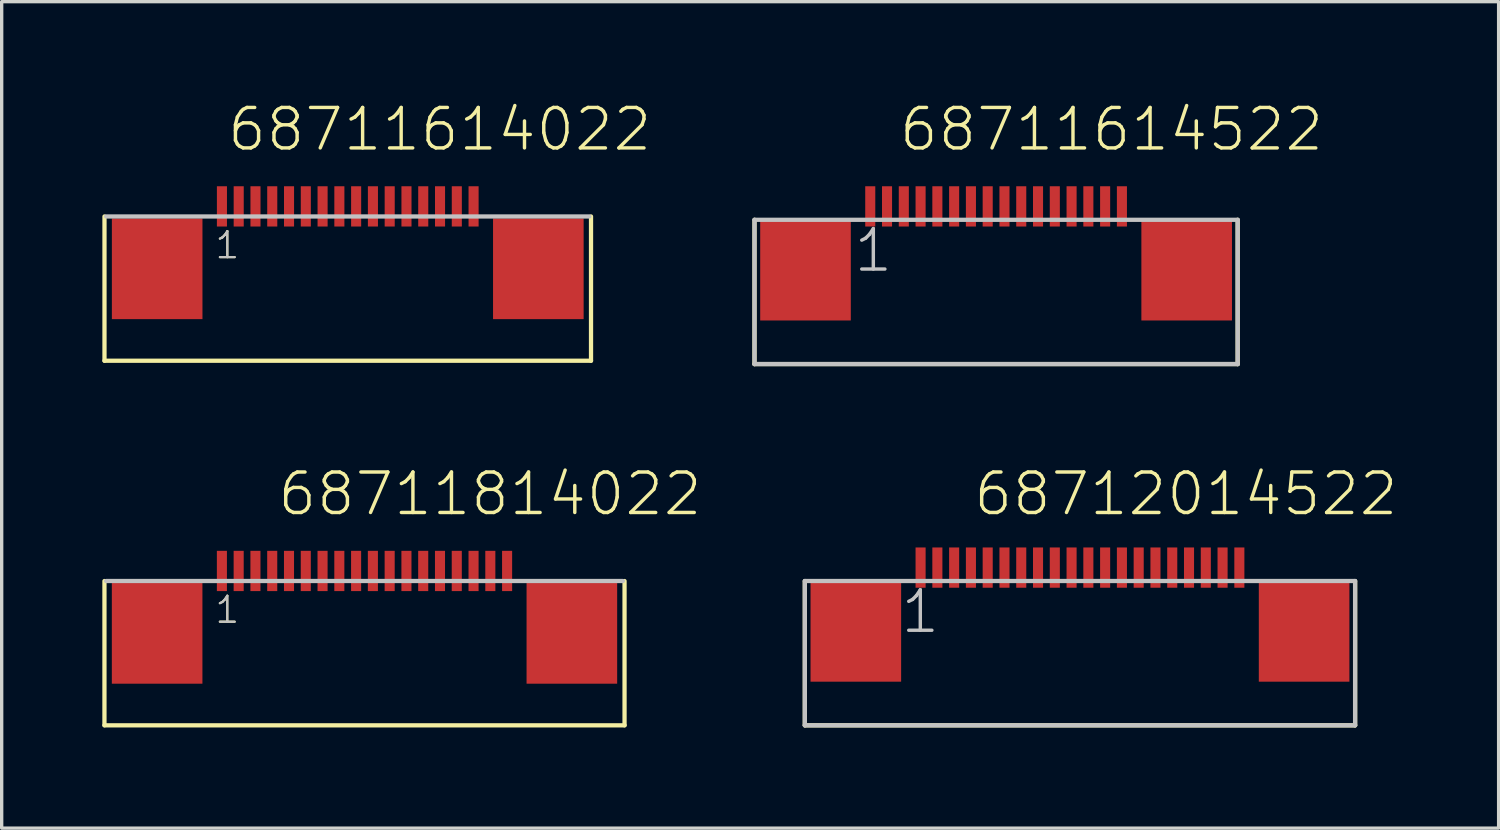
<source format=kicad_pcb>
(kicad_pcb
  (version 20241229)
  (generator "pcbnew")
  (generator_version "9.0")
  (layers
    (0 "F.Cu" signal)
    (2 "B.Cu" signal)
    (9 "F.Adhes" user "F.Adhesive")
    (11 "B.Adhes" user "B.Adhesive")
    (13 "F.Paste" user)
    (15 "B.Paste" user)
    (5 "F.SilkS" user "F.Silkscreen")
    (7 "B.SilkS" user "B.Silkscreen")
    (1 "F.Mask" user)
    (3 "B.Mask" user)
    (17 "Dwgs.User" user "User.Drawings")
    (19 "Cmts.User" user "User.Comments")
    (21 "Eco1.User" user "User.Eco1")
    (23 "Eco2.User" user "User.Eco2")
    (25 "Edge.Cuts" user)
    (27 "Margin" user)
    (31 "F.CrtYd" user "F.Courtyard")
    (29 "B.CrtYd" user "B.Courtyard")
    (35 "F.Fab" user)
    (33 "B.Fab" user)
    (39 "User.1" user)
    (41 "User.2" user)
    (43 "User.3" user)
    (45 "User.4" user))
  (footprint "68712014522"
    (layer "F.Cu")
    (at 29.136 15.766)
    (property "Reference" "68712014522" (at -3.226 -3.39 0) (layer "F.SilkS") (effects (font (size 1.206 1.206) (thickness 0.102)) (justify left bottom)))
    (attr through_hole)
    (fp_line (start -8.2 -1.5) (end -8.2 2.8) (stroke (width 0.127) (type solid)) (layer "F.SilkS"))
    (fp_line (start -8.2 2.8) (end 8.2 2.8) (stroke (width 0.127) (type solid)) (layer "F.SilkS"))
    (fp_line (start 8.2 2.8) (end 8.2 -1.5) (stroke (width 0.127) (type solid)) (layer "F.SilkS"))
    (fp_line (start -8.2 -1.5) (end 8.2 -1.5) (stroke (width 0.127) (type solid)) (layer "Dwgs.User"))
    (fp_line (start -8.2 2.8) (end -8.2 -1.5) (stroke (width 0.127) (type solid)) (layer "Dwgs.User"))
    (fp_line (start -8.2 2.8) (end 8.2 2.8) (stroke (width 0.127) (type solid)) (layer "Dwgs.User"))
    (fp_line (start 8.2 -1.5) (end 8.2 2.8) (stroke (width 0.127) (type solid)) (layer "Dwgs.User"))
    (fp_text user "1" (at -5.4 0.12 0) (layer "Dwgs.User") (effects (font (size 1.206 1.206) (thickness 0.102)) (justify left bottom)))
    (pad "1" smd rect (at -4.75 -1.9) (size 0.3 1.2) (layers "F.Cu" "F.Mask" "F.Paste"))
    (pad "2" smd rect (at -4.25 -1.9) (size 0.3 1.2) (layers "F.Cu" "F.Mask" "F.Paste"))
    (pad "3" smd rect (at -3.75 -1.9) (size 0.3 1.2) (layers "F.Cu" "F.Mask" "F.Paste"))
    (pad "4" smd rect (at -3.25 -1.9) (size 0.3 1.2) (layers "F.Cu" "F.Mask" "F.Paste"))
    (pad "5" smd rect (at -2.75 -1.9) (size 0.3 1.2) (layers "F.Cu" "F.Mask" "F.Paste"))
    (pad "6" smd rect (at -2.25 -1.9) (size 0.3 1.2) (layers "F.Cu" "F.Mask" "F.Paste"))
    (pad "7" smd rect (at -1.75 -1.9) (size 0.3 1.2) (layers "F.Cu" "F.Mask" "F.Paste"))
    (pad "8" smd rect (at -1.25 -1.9) (size 0.3 1.2) (layers "F.Cu" "F.Mask" "F.Paste"))
    (pad "9" smd rect (at -0.75 -1.9) (size 0.3 1.2) (layers "F.Cu" "F.Mask" "F.Paste"))
    (pad "10" smd rect (at -0.25 -1.9) (size 0.3 1.2) (layers "F.Cu" "F.Mask" "F.Paste"))
    (pad "11" smd rect (at 0.25 -1.9) (size 0.3 1.2) (layers "F.Cu" "F.Mask" "F.Paste"))
    (pad "12" smd rect (at 0.75 -1.9) (size 0.3 1.2) (layers "F.Cu" "F.Mask" "F.Paste"))
    (pad "13" smd rect (at 1.25 -1.9) (size 0.3 1.2) (layers "F.Cu" "F.Mask" "F.Paste"))
    (pad "14" smd rect (at 1.75 -1.9) (size 0.3 1.2) (layers "F.Cu" "F.Mask" "F.Paste"))
    (pad "15" smd rect (at 2.25 -1.9) (size 0.3 1.2) (layers "F.Cu" "F.Mask" "F.Paste"))
    (pad "16" smd rect (at 2.75 -1.9) (size 0.3 1.2) (layers "F.Cu" "F.Mask" "F.Paste"))
    (pad "17" smd rect (at 3.25 -1.9) (size 0.3 1.2) (layers "F.Cu" "F.Mask" "F.Paste"))
    (pad "18" smd rect (at 3.75 -1.9) (size 0.3 1.2) (layers "F.Cu" "F.Mask" "F.Paste"))
    (pad "19" smd rect (at 4.25 -1.9) (size 0.3 1.2) (layers "F.Cu" "F.Mask" "F.Paste"))
    (pad "20" smd rect (at 4.75 -1.9) (size 0.3 1.2) (layers "F.Cu" "F.Mask" "F.Paste"))
    (pad "Z1" smd rect (at -6.68 0) (size 2.7 3) (layers "F.Cu" "F.Mask" "F.Paste"))
    (pad "Z2" smd rect (at 6.68 0) (size 2.7 3) (layers "F.Cu" "F.Mask" "F.Paste")))
  (footprint "68711614022"
    (layer "F.Cu")
    (at 7.314 4.961)
    (property "Reference" "68711614022" (at -3.644 -3.45 0) (layer "F.SilkS") (effects (font (size 1.206 1.206) (thickness 0.102)) (justify left bottom)))
    (attr through_hole)
    (fp_line (start -7.25 -1.56) (end -7.25 2.74) (stroke (width 0.127) (type solid)) (layer "F.SilkS"))
    (fp_line (start -7.25 2.74) (end 7.25 2.74) (stroke (width 0.127) (type solid)) (layer "F.SilkS"))
    (fp_line (start 7.25 2.74) (end 7.25 -1.56) (stroke (width 0.127) (type solid)) (layer "F.SilkS"))
    (fp_line (start 7.2 -1.56) (end -7.2 -1.56) (stroke (width 0.127) (type solid)) (layer "Dwgs.User"))
    (fp_text user "1" (at -4 -0.25 0) (layer "F.SilkS") (effects (font (size 0.772 0.772) (thickness 0.065)) (justify left bottom)))
    (fp_text user "1" (at -4 -0.25 0) (layer "Dwgs.User") (effects (font (size 0.772 0.772) (thickness 0.065)) (justify left bottom)))
    (pad "1" smd rect (at -3.75 -1.86) (size 0.3 1.2) (layers "F.Cu" "F.Mask" "F.Paste"))
    (pad "2" smd rect (at -3.25 -1.86) (size 0.3 1.2) (layers "F.Cu" "F.Mask" "F.Paste"))
    (pad "3" smd rect (at -2.75 -1.86) (size 0.3 1.2) (layers "F.Cu" "F.Mask" "F.Paste"))
    (pad "4" smd rect (at -2.25 -1.86) (size 0.3 1.2) (layers "F.Cu" "F.Mask" "F.Paste"))
    (pad "5" smd rect (at -1.75 -1.86) (size 0.3 1.2) (layers "F.Cu" "F.Mask" "F.Paste"))
    (pad "6" smd rect (at -1.25 -1.86) (size 0.3 1.2) (layers "F.Cu" "F.Mask" "F.Paste"))
    (pad "7" smd rect (at -0.75 -1.86) (size 0.3 1.2) (layers "F.Cu" "F.Mask" "F.Paste"))
    (pad "8" smd rect (at -0.25 -1.86) (size 0.3 1.2) (layers "F.Cu" "F.Mask" "F.Paste"))
    (pad "9" smd rect (at 0.25 -1.86) (size 0.3 1.2) (layers "F.Cu" "F.Mask" "F.Paste"))
    (pad "10" smd rect (at 0.75 -1.86) (size 0.3 1.2) (layers "F.Cu" "F.Mask" "F.Paste"))
    (pad "11" smd rect (at 1.25 -1.86) (size 0.3 1.2) (layers "F.Cu" "F.Mask" "F.Paste"))
    (pad "12" smd rect (at 1.75 -1.86) (size 0.3 1.2) (layers "F.Cu" "F.Mask" "F.Paste"))
    (pad "13" smd rect (at 2.25 -1.86) (size 0.3 1.2) (layers "F.Cu" "F.Mask" "F.Paste"))
    (pad "14" smd rect (at 2.75 -1.86) (size 0.3 1.2) (layers "F.Cu" "F.Mask" "F.Paste"))
    (pad "15" smd rect (at 3.25 -1.86) (size 0.3 1.2) (layers "F.Cu" "F.Mask" "F.Paste"))
    (pad "16" smd rect (at 3.75 -1.86) (size 0.3 1.2) (layers "F.Cu" "F.Mask" "F.Paste"))
    (pad "Z1" smd rect (at -5.68 0) (size 2.7 3) (layers "F.Cu" "F.Mask" "F.Paste"))
    (pad "Z2" smd rect (at 5.68 0) (size 2.7 3) (layers "F.Cu" "F.Mask" "F.Paste")))
  (footprint "68711814022"
    (layer "F.Cu")
    (at 8.313 15.826)
    (property "Reference" "68711814022" (at -3.144 -3.45 0) (layer "F.SilkS") (effects (font (size 1.206 1.206) (thickness 0.102)) (justify left bottom)))
    (attr through_hole)
    (fp_line (start -8.25 -1.56) (end -8.25 2.74) (stroke (width 0.127) (type solid)) (layer "F.SilkS"))
    (fp_line (start -8.25 2.74) (end 7.25 2.74) (stroke (width 0.127) (type solid)) (layer "F.SilkS"))
    (fp_line (start 7.25 2.74) (end 7.25 -1.56) (stroke (width 0.127) (type solid)) (layer "F.SilkS"))
    (fp_line (start 7.2 -1.56) (end -8.2 -1.56) (stroke (width 0.127) (type solid)) (layer "Dwgs.User"))
    (fp_text user "1" (at -5 -0.25 0) (layer "F.SilkS") (effects (font (size 0.772 0.772) (thickness 0.065)) (justify left bottom)))
    (fp_text user "1" (at -5 -0.25 0) (layer "Dwgs.User") (effects (font (size 0.772 0.772) (thickness 0.065)) (justify left bottom)))
    (pad "1" smd rect (at -4.75 -1.86) (size 0.3 1.2) (layers "F.Cu" "F.Mask" "F.Paste"))
    (pad "2" smd rect (at -4.25 -1.86) (size 0.3 1.2) (layers "F.Cu" "F.Mask" "F.Paste"))
    (pad "3" smd rect (at -3.75 -1.86) (size 0.3 1.2) (layers "F.Cu" "F.Mask" "F.Paste"))
    (pad "4" smd rect (at -3.25 -1.86) (size 0.3 1.2) (layers "F.Cu" "F.Mask" "F.Paste"))
    (pad "5" smd rect (at -2.75 -1.86) (size 0.3 1.2) (layers "F.Cu" "F.Mask" "F.Paste"))
    (pad "6" smd rect (at -2.25 -1.86) (size 0.3 1.2) (layers "F.Cu" "F.Mask" "F.Paste"))
    (pad "7" smd rect (at -1.75 -1.86) (size 0.3 1.2) (layers "F.Cu" "F.Mask" "F.Paste"))
    (pad "8" smd rect (at -1.25 -1.86) (size 0.3 1.2) (layers "F.Cu" "F.Mask" "F.Paste"))
    (pad "9" smd rect (at -0.75 -1.86) (size 0.3 1.2) (layers "F.Cu" "F.Mask" "F.Paste"))
    (pad "10" smd rect (at -0.25 -1.86) (size 0.3 1.2) (layers "F.Cu" "F.Mask" "F.Paste"))
    (pad "11" smd rect (at 0.25 -1.86) (size 0.3 1.2) (layers "F.Cu" "F.Mask" "F.Paste"))
    (pad "12" smd rect (at 0.75 -1.86) (size 0.3 1.2) (layers "F.Cu" "F.Mask" "F.Paste"))
    (pad "13" smd rect (at 1.25 -1.86) (size 0.3 1.2) (layers "F.Cu" "F.Mask" "F.Paste"))
    (pad "14" smd rect (at 1.75 -1.86) (size 0.3 1.2) (layers "F.Cu" "F.Mask" "F.Paste"))
    (pad "15" smd rect (at 2.25 -1.86) (size 0.3 1.2) (layers "F.Cu" "F.Mask" "F.Paste"))
    (pad "16" smd rect (at 2.75 -1.86) (size 0.3 1.2) (layers "F.Cu" "F.Mask" "F.Paste"))
    (pad "17" smd rect (at 3.25 -1.86) (size 0.3 1.2) (layers "F.Cu" "F.Mask" "F.Paste"))
    (pad "18" smd rect (at 3.75 -1.86) (size 0.3 1.2) (layers "F.Cu" "F.Mask" "F.Paste"))
    (pad "Z1" smd rect (at -6.68 0) (size 2.7 3) (layers "F.Cu" "F.Mask" "F.Paste"))
    (pad "Z2" smd rect (at 5.68 0) (size 2.7 3) (layers "F.Cu" "F.Mask" "F.Paste")))
  (footprint "68711614522"
    (layer "F.Cu")
    (at 26.636 5.001)
    (property "Reference" "68711614522" (at -2.944 -3.49 0) (layer "F.SilkS") (effects (font (size 1.206 1.206) (thickness 0.102)) (justify left bottom)))
    (attr through_hole)
    (fp_line (start -7.2 -1.5) (end -7.2 2.8) (stroke (width 0.127) (type solid)) (layer "F.SilkS"))
    (fp_line (start -7.2 2.8) (end 7.2 2.8) (stroke (width 0.127) (type solid)) (layer "F.SilkS"))
    (fp_line (start 7.2 2.8) (end 7.2 -1.5) (stroke (width 0.127) (type solid)) (layer "F.SilkS"))
    (fp_line (start -7.2 -1.5) (end 7.2 -1.5) (stroke (width 0.127) (type solid)) (layer "Dwgs.User"))
    (fp_line (start -7.2 2.8) (end -7.2 -1.5) (stroke (width 0.127) (type solid)) (layer "Dwgs.User"))
    (fp_line (start -7.2 2.8) (end 7.2 2.8) (stroke (width 0.127) (type solid)) (layer "Dwgs.User"))
    (fp_line (start 7.2 -1.5) (end 7.2 2.8) (stroke (width 0.127) (type solid)) (layer "Dwgs.User"))
    (fp_text user "1" (at -4.3 0.12 0) (layer "Dwgs.User") (effects (font (size 1.206 1.206) (thickness 0.102)) (justify left bottom)))
    (pad "1" smd rect (at -3.75 -1.9) (size 0.3 1.2) (layers "F.Cu" "F.Mask" "F.Paste"))
    (pad "2" smd rect (at -3.25 -1.9) (size 0.3 1.2) (layers "F.Cu" "F.Mask" "F.Paste"))
    (pad "3" smd rect (at -2.75 -1.9) (size 0.3 1.2) (layers "F.Cu" "F.Mask" "F.Paste"))
    (pad "4" smd rect (at -2.25 -1.9) (size 0.3 1.2) (layers "F.Cu" "F.Mask" "F.Paste"))
    (pad "5" smd rect (at -1.75 -1.9) (size 0.3 1.2) (layers "F.Cu" "F.Mask" "F.Paste"))
    (pad "6" smd rect (at -1.25 -1.9) (size 0.3 1.2) (layers "F.Cu" "F.Mask" "F.Paste"))
    (pad "7" smd rect (at -0.75 -1.9) (size 0.3 1.2) (layers "F.Cu" "F.Mask" "F.Paste"))
    (pad "8" smd rect (at -0.25 -1.9) (size 0.3 1.2) (layers "F.Cu" "F.Mask" "F.Paste"))
    (pad "9" smd rect (at 0.25 -1.9) (size 0.3 1.2) (layers "F.Cu" "F.Mask" "F.Paste"))
    (pad "10" smd rect (at 0.75 -1.9) (size 0.3 1.2) (layers "F.Cu" "F.Mask" "F.Paste"))
    (pad "11" smd rect (at 1.25 -1.9) (size 0.3 1.2) (layers "F.Cu" "F.Mask" "F.Paste"))
    (pad "12" smd rect (at 1.75 -1.9) (size 0.3 1.2) (layers "F.Cu" "F.Mask" "F.Paste"))
    (pad "13" smd rect (at 2.25 -1.9) (size 0.3 1.2) (layers "F.Cu" "F.Mask" "F.Paste"))
    (pad "14" smd rect (at 2.75 -1.9) (size 0.3 1.2) (layers "F.Cu" "F.Mask" "F.Paste"))
    (pad "15" smd rect (at 3.25 -1.9) (size 0.3 1.2) (layers "F.Cu" "F.Mask" "F.Paste"))
    (pad "16" smd rect (at 3.75 -1.9) (size 0.3 1.2) (layers "F.Cu" "F.Mask" "F.Paste"))
    (pad "Z1" smd rect (at -5.68 0) (size 2.7 3) (layers "F.Cu" "F.Mask" "F.Paste"))
    (pad "Z2" smd rect (at 5.68 0) (size 2.7 3) (layers "F.Cu" "F.Mask" "F.Paste")))
  (gr_rect
    (start -3 -3)
    (end 41.613 21.63)
    (stroke (width 0.1) (type default))
    (fill no)
    (layer "Edge.Cuts")))
</source>
